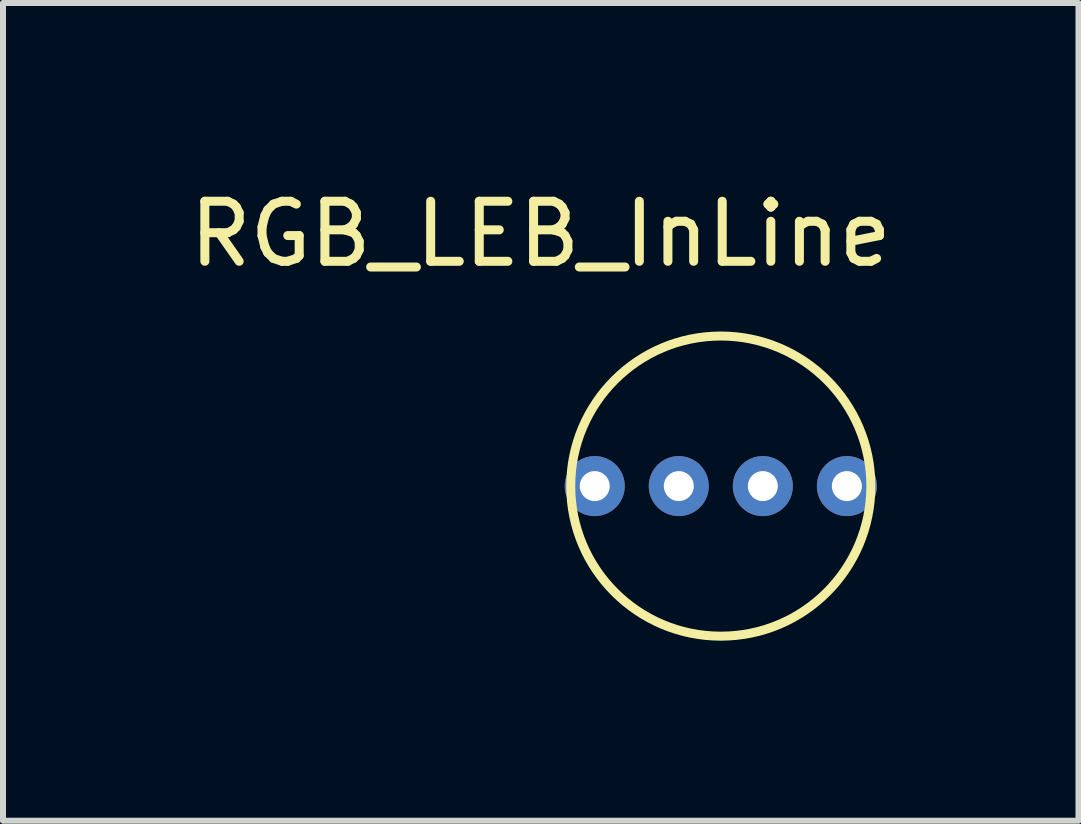
<source format=kicad_pcb>
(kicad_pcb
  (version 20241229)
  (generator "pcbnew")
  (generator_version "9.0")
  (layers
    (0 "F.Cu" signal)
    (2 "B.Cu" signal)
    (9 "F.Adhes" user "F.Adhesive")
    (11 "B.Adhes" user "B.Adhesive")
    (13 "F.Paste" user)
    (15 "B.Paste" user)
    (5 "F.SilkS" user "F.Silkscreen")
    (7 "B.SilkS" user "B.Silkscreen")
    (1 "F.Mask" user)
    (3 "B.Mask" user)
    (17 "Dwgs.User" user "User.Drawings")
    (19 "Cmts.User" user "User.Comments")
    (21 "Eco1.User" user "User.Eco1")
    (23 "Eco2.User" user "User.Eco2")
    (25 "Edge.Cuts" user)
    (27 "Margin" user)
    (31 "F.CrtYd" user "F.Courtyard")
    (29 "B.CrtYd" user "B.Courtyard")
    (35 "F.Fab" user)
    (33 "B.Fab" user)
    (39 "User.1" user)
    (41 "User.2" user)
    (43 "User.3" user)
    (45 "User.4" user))
  (footprint "RGB_LEB_InLine"
    (layer "F.Cu")
    (at 8.958 5.048)
    (property "Reference" "RGB_LEB_InLine" (at -3 -4.2 0) (layer "F.SilkS") (effects (font (size 1 1) (thickness 0.15))))
    (attr through_hole)
    (fp_circle (center 0 0) (end 2.5 0) (stroke (width 0.15) (type solid)) (fill no) (layer "F.SilkS"))
    (pad "1" thru_hole circle (at -0.7 0) (size 1 1) (drill 0.5) (layers "*.Cu" "*.Mask"))
    (pad "2" thru_hole circle (at -2.1 0) (size 1 1) (drill 0.5) (layers "*.Cu" "*.Mask"))
    (pad "3" thru_hole circle (at 0.7 0) (size 1 1) (drill 0.5) (layers "*.Cu" "*.Mask"))
    (pad "4" thru_hole circle (at 2.1 0) (size 1 1) (drill 0.5) (layers "*.Cu" "*.Mask")))
  (gr_rect
    (start -3 -3)
    (end 14.917 10.623)
    (stroke (width 0.1) (type default))
    (fill no)
    (layer "Edge.Cuts")))
</source>
